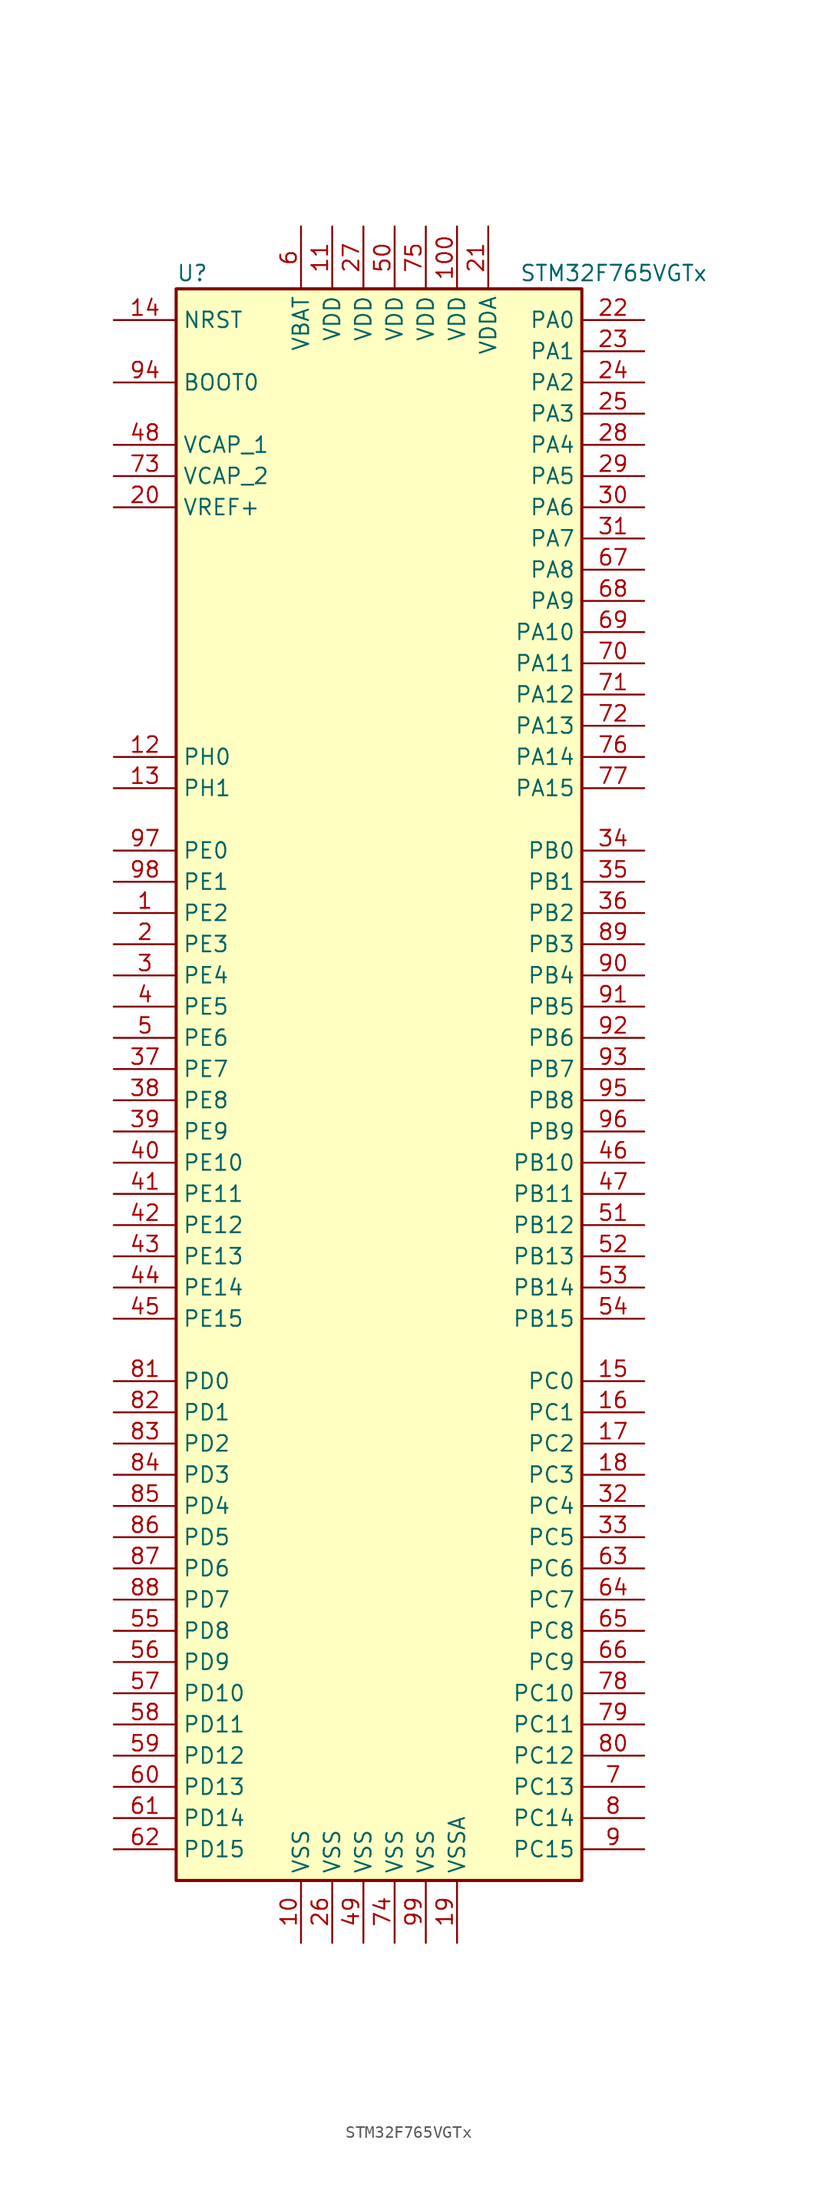
<source format=kicad_sym>
(kicad_symbol_lib
  (version 20201005)
  (generator kicad_symbol_editor)
  (symbol "STM32F765VGTx"
    (property "Reference" "U"
      (at -17.78 64.77 0)
      (effects (font (size 1.27 1.27)) (justify left)))
    (property "Value" "STM32F765VGTx"
      (at 10.16 64.77 0)
      (effects (font (size 1.27 1.27)) (justify left)))
    (symbol "STM32F765VGTx_0_1"
      (rectangle (start -17.78 -66.04) (end 15.24 63.5) (stroke (width 0.254)) (fill (type background))))
    (symbol "STM32F765VGTx_1_1"
      (pin bidirectional line (at -22.86 12.7 0) (length 5.08) (name "PE2" (effects (font (size 1.27 1.27)))) (number "1" (effects (font (size 1.27 1.27)))))
      (pin power_in line (at -7.62 -71.12 90) (length 5.08) (name "VSS" (effects (font (size 1.27 1.27)))) (number "10" (effects (font (size 1.27 1.27)))))
      (pin power_in line (at 5.08 68.58 270) (length 5.08) (name "VDD" (effects (font (size 1.27 1.27)))) (number "100" (effects (font (size 1.27 1.27)))))
      (pin power_in line (at -5.08 68.58 270) (length 5.08) (name "VDD" (effects (font (size 1.27 1.27)))) (number "11" (effects (font (size 1.27 1.27)))))
      (pin input line (at -22.86 25.4 0) (length 5.08) (name "PH0" (effects (font (size 1.27 1.27)))) (number "12" (effects (font (size 1.27 1.27)))))
      (pin input line (at -22.86 22.86 0) (length 5.08) (name "PH1" (effects (font (size 1.27 1.27)))) (number "13" (effects (font (size 1.27 1.27)))))
      (pin input line (at -22.86 60.96 0) (length 5.08) (name "NRST" (effects (font (size 1.27 1.27)))) (number "14" (effects (font (size 1.27 1.27)))))
      (pin bidirectional line (at 20.32 -25.4 180) (length 5.08) (name "PC0" (effects (font (size 1.27 1.27)))) (number "15" (effects (font (size 1.27 1.27)))))
      (pin bidirectional line (at 20.32 -27.94 180) (length 5.08) (name "PC1" (effects (font (size 1.27 1.27)))) (number "16" (effects (font (size 1.27 1.27)))))
      (pin bidirectional line (at 20.32 -30.48 180) (length 5.08) (name "PC2" (effects (font (size 1.27 1.27)))) (number "17" (effects (font (size 1.27 1.27)))))
      (pin bidirectional line (at 20.32 -33.02 180) (length 5.08) (name "PC3" (effects (font (size 1.27 1.27)))) (number "18" (effects (font (size 1.27 1.27)))))
      (pin power_in line (at 5.08 -71.12 90) (length 5.08) (name "VSSA" (effects (font (size 1.27 1.27)))) (number "19" (effects (font (size 1.27 1.27)))))
      (pin bidirectional line (at -22.86 10.16 0) (length 5.08) (name "PE3" (effects (font (size 1.27 1.27)))) (number "2" (effects (font (size 1.27 1.27)))))
      (pin power_in line (at -22.86 45.72 0) (length 5.08) (name "VREF+" (effects (font (size 1.27 1.27)))) (number "20" (effects (font (size 1.27 1.27)))))
      (pin power_in line (at 7.62 68.58 270) (length 5.08) (name "VDDA" (effects (font (size 1.27 1.27)))) (number "21" (effects (font (size 1.27 1.27)))))
      (pin bidirectional line (at 20.32 60.96 180) (length 5.08) (name "PA0" (effects (font (size 1.27 1.27)))) (number "22" (effects (font (size 1.27 1.27)))))
      (pin bidirectional line (at 20.32 58.42 180) (length 5.08) (name "PA1" (effects (font (size 1.27 1.27)))) (number "23" (effects (font (size 1.27 1.27)))))
      (pin bidirectional line (at 20.32 55.88 180) (length 5.08) (name "PA2" (effects (font (size 1.27 1.27)))) (number "24" (effects (font (size 1.27 1.27)))))
      (pin bidirectional line (at 20.32 53.34 180) (length 5.08) (name "PA3" (effects (font (size 1.27 1.27)))) (number "25" (effects (font (size 1.27 1.27)))))
      (pin power_in line (at -5.08 -71.12 90) (length 5.08) (name "VSS" (effects (font (size 1.27 1.27)))) (number "26" (effects (font (size 1.27 1.27)))))
      (pin power_in line (at -2.54 68.58 270) (length 5.08) (name "VDD" (effects (font (size 1.27 1.27)))) (number "27" (effects (font (size 1.27 1.27)))))
      (pin bidirectional line (at 20.32 50.8 180) (length 5.08) (name "PA4" (effects (font (size 1.27 1.27)))) (number "28" (effects (font (size 1.27 1.27)))))
      (pin bidirectional line (at 20.32 48.26 180) (length 5.08) (name "PA5" (effects (font (size 1.27 1.27)))) (number "29" (effects (font (size 1.27 1.27)))))
      (pin bidirectional line (at -22.86 7.62 0) (length 5.08) (name "PE4" (effects (font (size 1.27 1.27)))) (number "3" (effects (font (size 1.27 1.27)))))
      (pin bidirectional line (at 20.32 45.72 180) (length 5.08) (name "PA6" (effects (font (size 1.27 1.27)))) (number "30" (effects (font (size 1.27 1.27)))))
      (pin bidirectional line (at 20.32 43.18 180) (length 5.08) (name "PA7" (effects (font (size 1.27 1.27)))) (number "31" (effects (font (size 1.27 1.27)))))
      (pin bidirectional line (at 20.32 -35.56 180) (length 5.08) (name "PC4" (effects (font (size 1.27 1.27)))) (number "32" (effects (font (size 1.27 1.27)))))
      (pin bidirectional line (at 20.32 -38.1 180) (length 5.08) (name "PC5" (effects (font (size 1.27 1.27)))) (number "33" (effects (font (size 1.27 1.27)))))
      (pin bidirectional line (at 20.32 17.78 180) (length 5.08) (name "PB0" (effects (font (size 1.27 1.27)))) (number "34" (effects (font (size 1.27 1.27)))))
      (pin bidirectional line (at 20.32 15.24 180) (length 5.08) (name "PB1" (effects (font (size 1.27 1.27)))) (number "35" (effects (font (size 1.27 1.27)))))
      (pin bidirectional line (at 20.32 12.7 180) (length 5.08) (name "PB2" (effects (font (size 1.27 1.27)))) (number "36" (effects (font (size 1.27 1.27)))))
      (pin bidirectional line (at -22.86 0 0) (length 5.08) (name "PE7" (effects (font (size 1.27 1.27)))) (number "37" (effects (font (size 1.27 1.27)))))
      (pin bidirectional line (at -22.86 -2.54 0) (length 5.08) (name "PE8" (effects (font (size 1.27 1.27)))) (number "38" (effects (font (size 1.27 1.27)))))
      (pin bidirectional line (at -22.86 -5.08 0) (length 5.08) (name "PE9" (effects (font (size 1.27 1.27)))) (number "39" (effects (font (size 1.27 1.27)))))
      (pin bidirectional line (at -22.86 5.08 0) (length 5.08) (name "PE5" (effects (font (size 1.27 1.27)))) (number "4" (effects (font (size 1.27 1.27)))))
      (pin bidirectional line (at -22.86 -7.62 0) (length 5.08) (name "PE10" (effects (font (size 1.27 1.27)))) (number "40" (effects (font (size 1.27 1.27)))))
      (pin bidirectional line (at -22.86 -10.16 0) (length 5.08) (name "PE11" (effects (font (size 1.27 1.27)))) (number "41" (effects (font (size 1.27 1.27)))))
      (pin bidirectional line (at -22.86 -12.7 0) (length 5.08) (name "PE12" (effects (font (size 1.27 1.27)))) (number "42" (effects (font (size 1.27 1.27)))))
      (pin bidirectional line (at -22.86 -15.24 0) (length 5.08) (name "PE13" (effects (font (size 1.27 1.27)))) (number "43" (effects (font (size 1.27 1.27)))))
      (pin bidirectional line (at -22.86 -17.78 0) (length 5.08) (name "PE14" (effects (font (size 1.27 1.27)))) (number "44" (effects (font (size 1.27 1.27)))))
      (pin bidirectional line (at -22.86 -20.32 0) (length 5.08) (name "PE15" (effects (font (size 1.27 1.27)))) (number "45" (effects (font (size 1.27 1.27)))))
      (pin bidirectional line (at 20.32 -7.62 180) (length 5.08) (name "PB10" (effects (font (size 1.27 1.27)))) (number "46" (effects (font (size 1.27 1.27)))))
      (pin bidirectional line (at 20.32 -10.16 180) (length 5.08) (name "PB11" (effects (font (size 1.27 1.27)))) (number "47" (effects (font (size 1.27 1.27)))))
      (pin power_in line (at -22.86 50.8 0) (length 5.08) (name "VCAP_1" (effects (font (size 1.27 1.27)))) (number "48" (effects (font (size 1.27 1.27)))))
      (pin power_in line (at -2.54 -71.12 90) (length 5.08) (name "VSS" (effects (font (size 1.27 1.27)))) (number "49" (effects (font (size 1.27 1.27)))))
      (pin bidirectional line (at -22.86 2.54 0) (length 5.08) (name "PE6" (effects (font (size 1.27 1.27)))) (number "5" (effects (font (size 1.27 1.27)))))
      (pin power_in line (at 0 68.58 270) (length 5.08) (name "VDD" (effects (font (size 1.27 1.27)))) (number "50" (effects (font (size 1.27 1.27)))))
      (pin bidirectional line (at 20.32 -12.7 180) (length 5.08) (name "PB12" (effects (font (size 1.27 1.27)))) (number "51" (effects (font (size 1.27 1.27)))))
      (pin bidirectional line (at 20.32 -15.24 180) (length 5.08) (name "PB13" (effects (font (size 1.27 1.27)))) (number "52" (effects (font (size 1.27 1.27)))))
      (pin bidirectional line (at 20.32 -17.78 180) (length 5.08) (name "PB14" (effects (font (size 1.27 1.27)))) (number "53" (effects (font (size 1.27 1.27)))))
      (pin bidirectional line (at 20.32 -20.32 180) (length 5.08) (name "PB15" (effects (font (size 1.27 1.27)))) (number "54" (effects (font (size 1.27 1.27)))))
      (pin bidirectional line (at -22.86 -45.72 0) (length 5.08) (name "PD8" (effects (font (size 1.27 1.27)))) (number "55" (effects (font (size 1.27 1.27)))))
      (pin bidirectional line (at -22.86 -48.26 0) (length 5.08) (name "PD9" (effects (font (size 1.27 1.27)))) (number "56" (effects (font (size 1.27 1.27)))))
      (pin bidirectional line (at -22.86 -50.8 0) (length 5.08) (name "PD10" (effects (font (size 1.27 1.27)))) (number "57" (effects (font (size 1.27 1.27)))))
      (pin bidirectional line (at -22.86 -53.34 0) (length 5.08) (name "PD11" (effects (font (size 1.27 1.27)))) (number "58" (effects (font (size 1.27 1.27)))))
      (pin bidirectional line (at -22.86 -55.88 0) (length 5.08) (name "PD12" (effects (font (size 1.27 1.27)))) (number "59" (effects (font (size 1.27 1.27)))))
      (pin power_in line (at -7.62 68.58 270) (length 5.08) (name "VBAT" (effects (font (size 1.27 1.27)))) (number "6" (effects (font (size 1.27 1.27)))))
      (pin bidirectional line (at -22.86 -58.42 0) (length 5.08) (name "PD13" (effects (font (size 1.27 1.27)))) (number "60" (effects (font (size 1.27 1.27)))))
      (pin bidirectional line (at -22.86 -60.96 0) (length 5.08) (name "PD14" (effects (font (size 1.27 1.27)))) (number "61" (effects (font (size 1.27 1.27)))))
      (pin bidirectional line (at -22.86 -63.5 0) (length 5.08) (name "PD15" (effects (font (size 1.27 1.27)))) (number "62" (effects (font (size 1.27 1.27)))))
      (pin bidirectional line (at 20.32 -40.64 180) (length 5.08) (name "PC6" (effects (font (size 1.27 1.27)))) (number "63" (effects (font (size 1.27 1.27)))))
      (pin bidirectional line (at 20.32 -43.18 180) (length 5.08) (name "PC7" (effects (font (size 1.27 1.27)))) (number "64" (effects (font (size 1.27 1.27)))))
      (pin bidirectional line (at 20.32 -45.72 180) (length 5.08) (name "PC8" (effects (font (size 1.27 1.27)))) (number "65" (effects (font (size 1.27 1.27)))))
      (pin bidirectional line (at 20.32 -48.26 180) (length 5.08) (name "PC9" (effects (font (size 1.27 1.27)))) (number "66" (effects (font (size 1.27 1.27)))))
      (pin bidirectional line (at 20.32 40.64 180) (length 5.08) (name "PA8" (effects (font (size 1.27 1.27)))) (number "67" (effects (font (size 1.27 1.27)))))
      (pin bidirectional line (at 20.32 38.1 180) (length 5.08) (name "PA9" (effects (font (size 1.27 1.27)))) (number "68" (effects (font (size 1.27 1.27)))))
      (pin bidirectional line (at 20.32 35.56 180) (length 5.08) (name "PA10" (effects (font (size 1.27 1.27)))) (number "69" (effects (font (size 1.27 1.27)))))
      (pin bidirectional line (at 20.32 -58.42 180) (length 5.08) (name "PC13" (effects (font (size 1.27 1.27)))) (number "7" (effects (font (size 1.27 1.27)))))
      (pin bidirectional line (at 20.32 33.02 180) (length 5.08) (name "PA11" (effects (font (size 1.27 1.27)))) (number "70" (effects (font (size 1.27 1.27)))))
      (pin bidirectional line (at 20.32 30.48 180) (length 5.08) (name "PA12" (effects (font (size 1.27 1.27)))) (number "71" (effects (font (size 1.27 1.27)))))
      (pin bidirectional line (at 20.32 27.94 180) (length 5.08) (name "PA13" (effects (font (size 1.27 1.27)))) (number "72" (effects (font (size 1.27 1.27)))))
      (pin power_in line (at -22.86 48.26 0) (length 5.08) (name "VCAP_2" (effects (font (size 1.27 1.27)))) (number "73" (effects (font (size 1.27 1.27)))))
      (pin power_in line (at 0 -71.12 90) (length 5.08) (name "VSS" (effects (font (size 1.27 1.27)))) (number "74" (effects (font (size 1.27 1.27)))))
      (pin power_in line (at 2.54 68.58 270) (length 5.08) (name "VDD" (effects (font (size 1.27 1.27)))) (number "75" (effects (font (size 1.27 1.27)))))
      (pin bidirectional line (at 20.32 25.4 180) (length 5.08) (name "PA14" (effects (font (size 1.27 1.27)))) (number "76" (effects (font (size 1.27 1.27)))))
      (pin bidirectional line (at 20.32 22.86 180) (length 5.08) (name "PA15" (effects (font (size 1.27 1.27)))) (number "77" (effects (font (size 1.27 1.27)))))
      (pin bidirectional line (at 20.32 -50.8 180) (length 5.08) (name "PC10" (effects (font (size 1.27 1.27)))) (number "78" (effects (font (size 1.27 1.27)))))
      (pin bidirectional line (at 20.32 -53.34 180) (length 5.08) (name "PC11" (effects (font (size 1.27 1.27)))) (number "79" (effects (font (size 1.27 1.27)))))
      (pin bidirectional line (at 20.32 -60.96 180) (length 5.08) (name "PC14" (effects (font (size 1.27 1.27)))) (number "8" (effects (font (size 1.27 1.27)))))
      (pin bidirectional line (at 20.32 -55.88 180) (length 5.08) (name "PC12" (effects (font (size 1.27 1.27)))) (number "80" (effects (font (size 1.27 1.27)))))
      (pin bidirectional line (at -22.86 -25.4 0) (length 5.08) (name "PD0" (effects (font (size 1.27 1.27)))) (number "81" (effects (font (size 1.27 1.27)))))
      (pin bidirectional line (at -22.86 -27.94 0) (length 5.08) (name "PD1" (effects (font (size 1.27 1.27)))) (number "82" (effects (font (size 1.27 1.27)))))
      (pin bidirectional line (at -22.86 -30.48 0) (length 5.08) (name "PD2" (effects (font (size 1.27 1.27)))) (number "83" (effects (font (size 1.27 1.27)))))
      (pin bidirectional line (at -22.86 -33.02 0) (length 5.08) (name "PD3" (effects (font (size 1.27 1.27)))) (number "84" (effects (font (size 1.27 1.27)))))
      (pin bidirectional line (at -22.86 -35.56 0) (length 5.08) (name "PD4" (effects (font (size 1.27 1.27)))) (number "85" (effects (font (size 1.27 1.27)))))
      (pin bidirectional line (at -22.86 -38.1 0) (length 5.08) (name "PD5" (effects (font (size 1.27 1.27)))) (number "86" (effects (font (size 1.27 1.27)))))
      (pin bidirectional line (at -22.86 -40.64 0) (length 5.08) (name "PD6" (effects (font (size 1.27 1.27)))) (number "87" (effects (font (size 1.27 1.27)))))
      (pin bidirectional line (at -22.86 -43.18 0) (length 5.08) (name "PD7" (effects (font (size 1.27 1.27)))) (number "88" (effects (font (size 1.27 1.27)))))
      (pin bidirectional line (at 20.32 10.16 180) (length 5.08) (name "PB3" (effects (font (size 1.27 1.27)))) (number "89" (effects (font (size 1.27 1.27)))))
      (pin bidirectional line (at 20.32 -63.5 180) (length 5.08) (name "PC15" (effects (font (size 1.27 1.27)))) (number "9" (effects (font (size 1.27 1.27)))))
      (pin bidirectional line (at 20.32 7.62 180) (length 5.08) (name "PB4" (effects (font (size 1.27 1.27)))) (number "90" (effects (font (size 1.27 1.27)))))
      (pin bidirectional line (at 20.32 5.08 180) (length 5.08) (name "PB5" (effects (font (size 1.27 1.27)))) (number "91" (effects (font (size 1.27 1.27)))))
      (pin bidirectional line (at 20.32 2.54 180) (length 5.08) (name "PB6" (effects (font (size 1.27 1.27)))) (number "92" (effects (font (size 1.27 1.27)))))
      (pin bidirectional line (at 20.32 0 180) (length 5.08) (name "PB7" (effects (font (size 1.27 1.27)))) (number "93" (effects (font (size 1.27 1.27)))))
      (pin input line (at -22.86 55.88 0) (length 5.08) (name "BOOT0" (effects (font (size 1.27 1.27)))) (number "94" (effects (font (size 1.27 1.27)))))
      (pin bidirectional line (at 20.32 -2.54 180) (length 5.08) (name "PB8" (effects (font (size 1.27 1.27)))) (number "95" (effects (font (size 1.27 1.27)))))
      (pin bidirectional line (at 20.32 -5.08 180) (length 5.08) (name "PB9" (effects (font (size 1.27 1.27)))) (number "96" (effects (font (size 1.27 1.27)))))
      (pin bidirectional line (at -22.86 17.78 0) (length 5.08) (name "PE0" (effects (font (size 1.27 1.27)))) (number "97" (effects (font (size 1.27 1.27)))))
      (pin bidirectional line (at -22.86 15.24 0) (length 5.08) (name "PE1" (effects (font (size 1.27 1.27)))) (number "98" (effects (font (size 1.27 1.27)))))
      (pin power_in line (at 2.54 -71.12 90) (length 5.08) (name "VSS" (effects (font (size 1.27 1.27)))) (number "99" (effects (font (size 1.27 1.27))))))))
</source>
